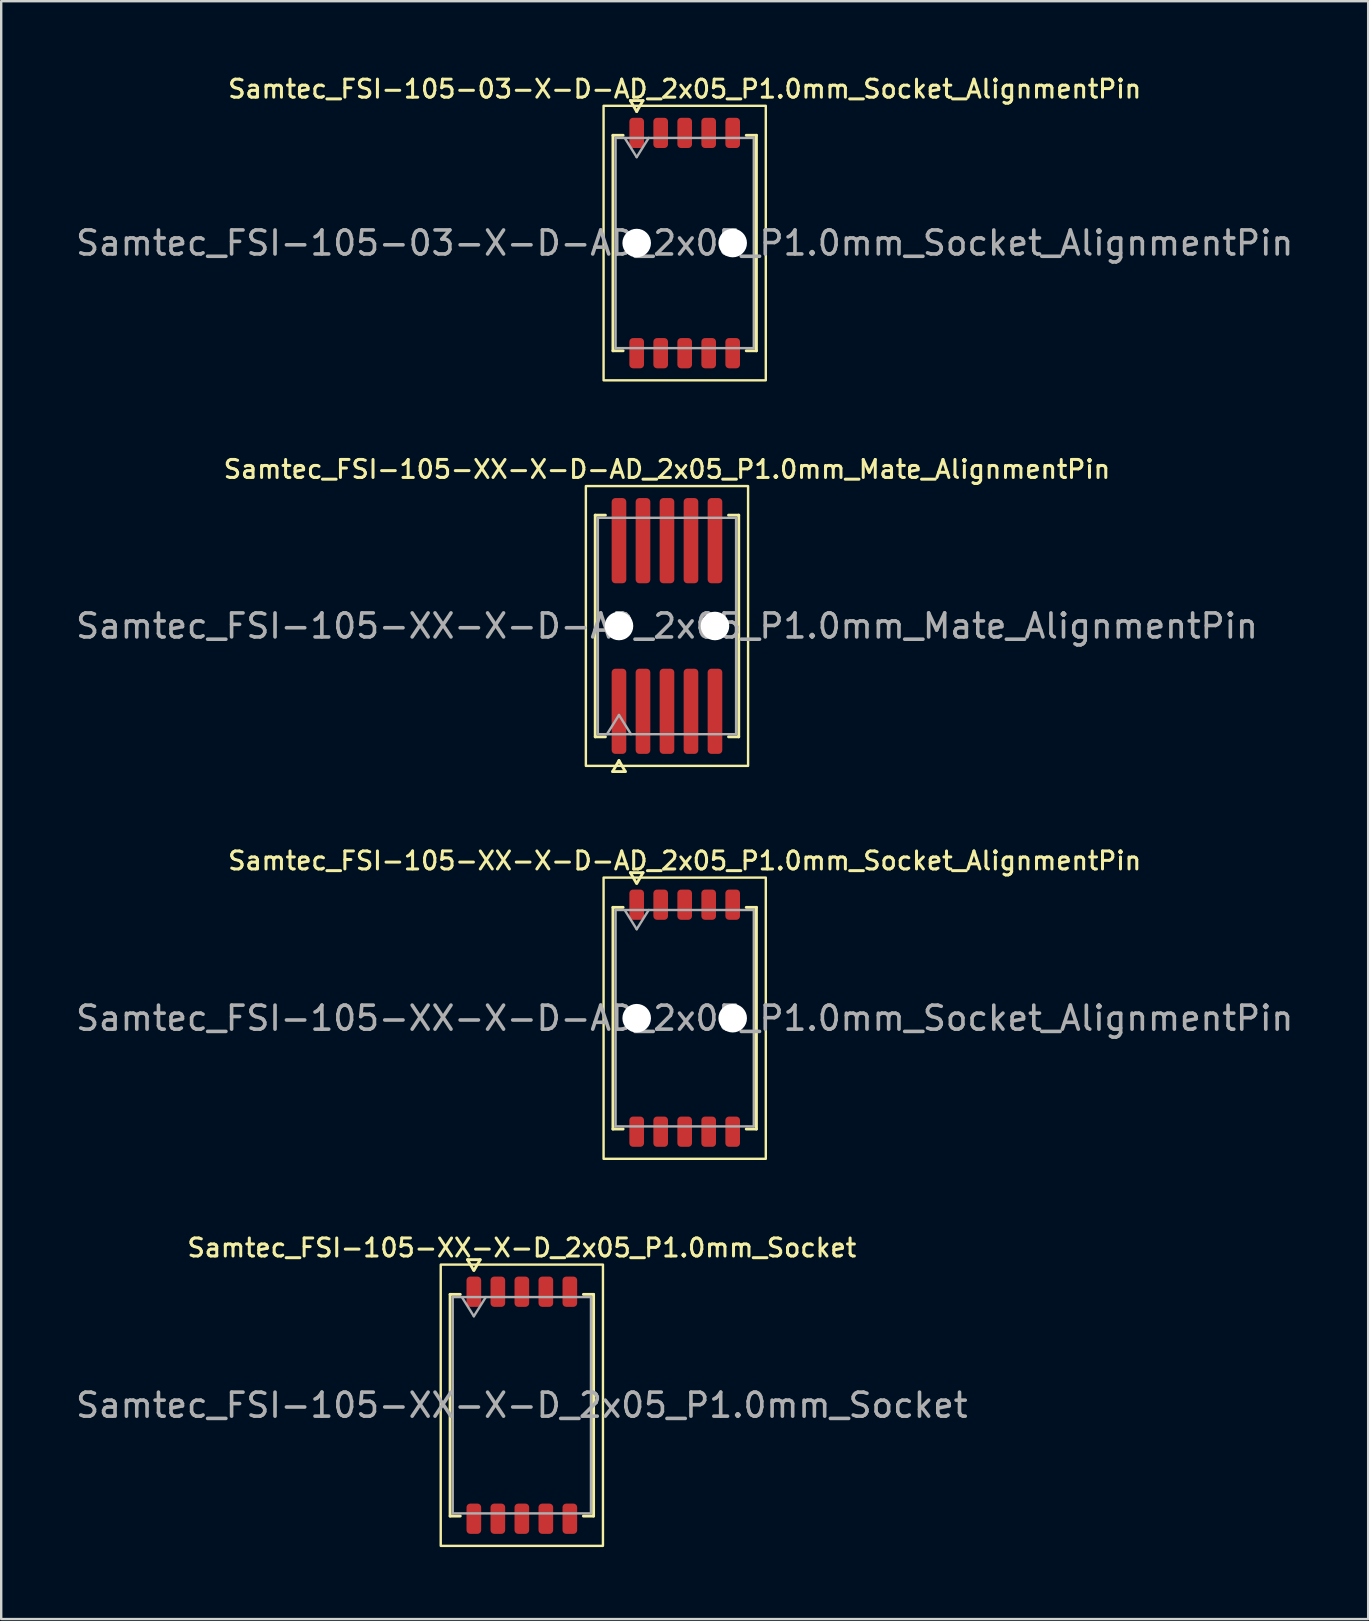
<source format=kicad_pcb>
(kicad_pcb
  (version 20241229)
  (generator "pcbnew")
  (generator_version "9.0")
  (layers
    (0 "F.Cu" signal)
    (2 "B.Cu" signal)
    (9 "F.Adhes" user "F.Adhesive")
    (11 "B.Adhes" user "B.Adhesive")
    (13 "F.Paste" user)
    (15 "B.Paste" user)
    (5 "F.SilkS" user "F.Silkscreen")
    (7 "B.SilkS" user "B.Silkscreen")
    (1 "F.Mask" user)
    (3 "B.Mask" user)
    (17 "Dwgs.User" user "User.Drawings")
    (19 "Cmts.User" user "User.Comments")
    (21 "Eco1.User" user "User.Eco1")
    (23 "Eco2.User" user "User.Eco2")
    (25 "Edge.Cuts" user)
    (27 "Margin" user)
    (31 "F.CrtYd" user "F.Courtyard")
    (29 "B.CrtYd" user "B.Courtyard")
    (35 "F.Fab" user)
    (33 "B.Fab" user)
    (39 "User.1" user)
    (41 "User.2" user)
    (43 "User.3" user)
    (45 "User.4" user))
  (footprint "Samtec_FSI-105-03-X-D-AD_2x05_P1.0mm_Socket_AlignmentPin"
    (layer "F.Cu")
    (at 25.482 7.078)
    (property "Reference" "Samtec_FSI-105-03-X-D-AD_2x05_P1.0mm_Socket_AlignmentPin" (at 0 -6.42 0) (layer "F.SilkS") (effects (font (size 0.75 0.75) (thickness 0.125))))
    (attr smd)
    (fp_line (start -2.99 -4.49) (end -2.565 -4.49) (stroke (width 0.12) (type solid)) (layer "F.SilkS"))
    (fp_line (start -2.99 4.49) (end -2.99 -4.49) (stroke (width 0.12) (type solid)) (layer "F.SilkS"))
    (fp_line (start -2.565 4.49) (end -2.99 4.49) (stroke (width 0.12) (type solid)) (layer "F.SilkS"))
    (fp_line (start -2.264 -5.938) (end -2 -5.48) (stroke (width 0.12) (type solid)) (layer "F.SilkS"))
    (fp_line (start -2 -5.48) (end -1.736 -5.938) (stroke (width 0.12) (type solid)) (layer "F.SilkS"))
    (fp_line (start -1.736 -5.938) (end -2.264 -5.938) (stroke (width 0.12) (type solid)) (layer "F.SilkS"))
    (fp_line (start 2.565 -4.49) (end 2.99 -4.49) (stroke (width 0.12) (type solid)) (layer "F.SilkS"))
    (fp_line (start 2.99 -4.49) (end 2.99 4.49) (stroke (width 0.12) (type solid)) (layer "F.SilkS"))
    (fp_line (start 2.99 4.49) (end 2.565 4.49) (stroke (width 0.12) (type solid)) (layer "F.SilkS"))
    (fp_rect (start -3.38 -5.72) (end 3.38 5.72) (stroke (width 0.1) (type solid)) (fill no) (layer "F.SilkS"))
    (fp_line (start -2.88 -4.38) (end 2.88 -4.38) (stroke (width 0.1) (type solid)) (layer "F.Fab"))
    (fp_line (start -2.88 4.38) (end -2.88 -4.38) (stroke (width 0.1) (type solid)) (layer "F.Fab"))
    (fp_line (start -2.5 -4.38) (end -2 -3.58) (stroke (width 0.1) (type solid)) (layer "F.Fab"))
    (fp_line (start -2 -3.58) (end -1.5 -4.38) (stroke (width 0.1) (type solid)) (layer "F.Fab"))
    (fp_line (start 2.88 -4.38) (end 2.88 4.38) (stroke (width 0.1) (type solid)) (layer "F.Fab"))
    (fp_line (start 2.88 4.38) (end -2.88 4.38) (stroke (width 0.1) (type solid)) (layer "F.Fab"))
    (fp_text user "${REFERENCE}" (at 0 0 0) (layer "F.Fab") (effects (font (size 1 1) (thickness 0.15))))
    (pad "" np_thru_hole circle (at -2 0) (size 1.19 1.19) (drill 1.19) (layers "*.Cu" "*.Mask"))
    (pad "" np_thru_hole circle (at 2 0) (size 1.19 1.19) (drill 1.19) (layers "*.Cu" "*.Mask"))
    (pad "1" smd roundrect (at -2 -4.59) (size 0.61 1.26) (layers "F.Cu" "F.Mask" "F.Paste") (roundrect_rratio 0.25))
    (pad "2" smd roundrect (at -2 4.59) (size 0.61 1.26) (layers "F.Cu" "F.Mask" "F.Paste") (roundrect_rratio 0.25))
    (pad "3" smd roundrect (at -1 -4.59) (size 0.61 1.26) (layers "F.Cu" "F.Mask" "F.Paste") (roundrect_rratio 0.25))
    (pad "4" smd roundrect (at -1 4.59) (size 0.61 1.26) (layers "F.Cu" "F.Mask" "F.Paste") (roundrect_rratio 0.25))
    (pad "5" smd roundrect (at 0 -4.59) (size 0.61 1.26) (layers "F.Cu" "F.Mask" "F.Paste") (roundrect_rratio 0.25))
    (pad "6" smd roundrect (at 0 4.59) (size 0.61 1.26) (layers "F.Cu" "F.Mask" "F.Paste") (roundrect_rratio 0.25))
    (pad "7" smd roundrect (at 1 -4.59) (size 0.61 1.26) (layers "F.Cu" "F.Mask" "F.Paste") (roundrect_rratio 0.25))
    (pad "8" smd roundrect (at 1 4.59) (size 0.61 1.26) (layers "F.Cu" "F.Mask" "F.Paste") (roundrect_rratio 0.25))
    (pad "9" smd roundrect (at 2 -4.59) (size 0.61 1.26) (layers "F.Cu" "F.Mask" "F.Paste") (roundrect_rratio 0.25))
    (pad "10" smd roundrect (at 2 4.59) (size 0.61 1.26) (layers "F.Cu" "F.Mask" "F.Paste") (roundrect_rratio 0.25)))
  (footprint "Samtec_FSI-105-XX-X-D-AD_2x05_P1.0mm_Socket_AlignmentPin"
    (layer "F.Cu")
    (at 25.482 39.38)
    (property "Reference" "Samtec_FSI-105-XX-X-D-AD_2x05_P1.0mm_Socket_AlignmentPin" (at 0 -6.56 0) (layer "F.SilkS") (effects (font (size 0.75 0.75) (thickness 0.125))))
    (attr smd)
    (fp_line (start -2.99 -4.619) (end -2.565 -4.619) (stroke (width 0.12) (type solid)) (layer "F.SilkS"))
    (fp_line (start -2.99 4.619) (end -2.99 -4.619) (stroke (width 0.12) (type solid)) (layer "F.SilkS"))
    (fp_line (start -2.565 4.619) (end -2.99 4.619) (stroke (width 0.12) (type solid)) (layer "F.SilkS"))
    (fp_line (start -2.264 -6.066) (end -2.007 -5.62) (stroke (width 0.12) (type solid)) (layer "F.SilkS"))
    (fp_line (start -1.993 -5.62) (end -1.736 -6.066) (stroke (width 0.12) (type solid)) (layer "F.SilkS"))
    (fp_line (start -1.736 -6.066) (end -2.264 -6.066) (stroke (width 0.12) (type solid)) (layer "F.SilkS"))
    (fp_line (start 2.565 -4.619) (end 2.99 -4.619) (stroke (width 0.12) (type solid)) (layer "F.SilkS"))
    (fp_line (start 2.99 -4.619) (end 2.99 4.619) (stroke (width 0.12) (type solid)) (layer "F.SilkS"))
    (fp_line (start 2.99 4.619) (end 2.565 4.619) (stroke (width 0.12) (type solid)) (layer "F.SilkS"))
    (fp_rect (start -3.38 -5.86) (end 3.38 5.86) (stroke (width 0.1) (type solid)) (fill no) (layer "F.SilkS"))
    (fp_line (start -2.88 -4.508) (end 2.88 -4.508) (stroke (width 0.1) (type solid)) (layer "F.Fab"))
    (fp_line (start -2.88 4.508) (end -2.88 -4.508) (stroke (width 0.1) (type solid)) (layer "F.Fab"))
    (fp_line (start -2.5 -4.508) (end -2 -3.708) (stroke (width 0.1) (type solid)) (layer "F.Fab"))
    (fp_line (start -2 -3.708) (end -1.5 -4.508) (stroke (width 0.1) (type solid)) (layer "F.Fab"))
    (fp_line (start 2.88 -4.508) (end 2.88 4.508) (stroke (width 0.1) (type solid)) (layer "F.Fab"))
    (fp_line (start 2.88 4.508) (end -2.88 4.508) (stroke (width 0.1) (type solid)) (layer "F.Fab"))
    (fp_text user "${REFERENCE}" (at 0 0 0) (layer "F.Fab") (effects (font (size 1 1) (thickness 0.15))))
    (pad "" np_thru_hole circle (at -2 0) (size 1.19 1.19) (drill 1.19) (layers "*.Cu" "*.Mask"))
    (pad "" np_thru_hole circle (at 2 0) (size 1.19 1.19) (drill 1.19) (layers "*.Cu" "*.Mask"))
    (pad "1" smd roundrect (at -2 -4.73) (size 0.61 1.26) (layers "F.Cu" "F.Mask" "F.Paste") (roundrect_rratio 0.25))
    (pad "2" smd roundrect (at -2 4.73) (size 0.61 1.26) (layers "F.Cu" "F.Mask" "F.Paste") (roundrect_rratio 0.25))
    (pad "3" smd roundrect (at -1 -4.73) (size 0.61 1.26) (layers "F.Cu" "F.Mask" "F.Paste") (roundrect_rratio 0.25))
    (pad "4" smd roundrect (at -1 4.73) (size 0.61 1.26) (layers "F.Cu" "F.Mask" "F.Paste") (roundrect_rratio 0.25))
    (pad "5" smd roundrect (at 0 -4.73) (size 0.61 1.26) (layers "F.Cu" "F.Mask" "F.Paste") (roundrect_rratio 0.25))
    (pad "6" smd roundrect (at 0 4.73) (size 0.61 1.26) (layers "F.Cu" "F.Mask" "F.Paste") (roundrect_rratio 0.25))
    (pad "7" smd roundrect (at 1 -4.73) (size 0.61 1.26) (layers "F.Cu" "F.Mask" "F.Paste") (roundrect_rratio 0.25))
    (pad "8" smd roundrect (at 1 4.73) (size 0.61 1.26) (layers "F.Cu" "F.Mask" "F.Paste") (roundrect_rratio 0.25))
    (pad "9" smd roundrect (at 2 -4.73) (size 0.61 1.26) (layers "F.Cu" "F.Mask" "F.Paste") (roundrect_rratio 0.25))
    (pad "10" smd roundrect (at 2 4.73) (size 0.61 1.26) (layers "F.Cu" "F.Mask" "F.Paste") (roundrect_rratio 0.25)))
  (footprint "Samtec_FSI-105-XX-X-D_2x05_P1.0mm_Socket"
    (layer "F.Cu")
    (at 18.696 55.508)
    (property "Reference" "Samtec_FSI-105-XX-X-D_2x05_P1.0mm_Socket" (at 0 -6.56 0) (layer "F.SilkS") (effects (font (size 0.75 0.75) (thickness 0.125))))
    (attr smd)
    (fp_line (start -2.99 -4.619) (end -2.565 -4.619) (stroke (width 0.12) (type solid)) (layer "F.SilkS"))
    (fp_line (start -2.99 4.619) (end -2.99 -4.619) (stroke (width 0.12) (type solid)) (layer "F.SilkS"))
    (fp_line (start -2.565 4.619) (end -2.99 4.619) (stroke (width 0.12) (type solid)) (layer "F.SilkS"))
    (fp_line (start -2.264 -6.066) (end -2.007 -5.62) (stroke (width 0.12) (type solid)) (layer "F.SilkS"))
    (fp_line (start -1.993 -5.62) (end -1.736 -6.066) (stroke (width 0.12) (type solid)) (layer "F.SilkS"))
    (fp_line (start -1.736 -6.066) (end -2.264 -6.066) (stroke (width 0.12) (type solid)) (layer "F.SilkS"))
    (fp_line (start 2.565 -4.619) (end 2.99 -4.619) (stroke (width 0.12) (type solid)) (layer "F.SilkS"))
    (fp_line (start 2.99 -4.619) (end 2.99 4.619) (stroke (width 0.12) (type solid)) (layer "F.SilkS"))
    (fp_line (start 2.99 4.619) (end 2.565 4.619) (stroke (width 0.12) (type solid)) (layer "F.SilkS"))
    (fp_rect (start -3.38 -5.86) (end 3.38 5.86) (stroke (width 0.1) (type solid)) (fill no) (layer "F.SilkS"))
    (fp_line (start -2.88 -4.508) (end 2.88 -4.508) (stroke (width 0.1) (type solid)) (layer "F.Fab"))
    (fp_line (start -2.88 4.508) (end -2.88 -4.508) (stroke (width 0.1) (type solid)) (layer "F.Fab"))
    (fp_line (start -2.5 -4.508) (end -2 -3.708) (stroke (width 0.1) (type solid)) (layer "F.Fab"))
    (fp_line (start -2 -3.708) (end -1.5 -4.508) (stroke (width 0.1) (type solid)) (layer "F.Fab"))
    (fp_line (start 2.88 -4.508) (end 2.88 4.508) (stroke (width 0.1) (type solid)) (layer "F.Fab"))
    (fp_line (start 2.88 4.508) (end -2.88 4.508) (stroke (width 0.1) (type solid)) (layer "F.Fab"))
    (fp_text user "${REFERENCE}" (at 0 0 0) (layer "F.Fab") (effects (font (size 1 1) (thickness 0.15))))
    (pad "1" smd roundrect (at -2 -4.73) (size 0.61 1.26) (layers "F.Cu" "F.Mask" "F.Paste") (roundrect_rratio 0.25))
    (pad "2" smd roundrect (at -2 4.73) (size 0.61 1.26) (layers "F.Cu" "F.Mask" "F.Paste") (roundrect_rratio 0.25))
    (pad "3" smd roundrect (at -1 -4.73) (size 0.61 1.26) (layers "F.Cu" "F.Mask" "F.Paste") (roundrect_rratio 0.25))
    (pad "4" smd roundrect (at -1 4.73) (size 0.61 1.26) (layers "F.Cu" "F.Mask" "F.Paste") (roundrect_rratio 0.25))
    (pad "5" smd roundrect (at 0 -4.73) (size 0.61 1.26) (layers "F.Cu" "F.Mask" "F.Paste") (roundrect_rratio 0.25))
    (pad "6" smd roundrect (at 0 4.73) (size 0.61 1.26) (layers "F.Cu" "F.Mask" "F.Paste") (roundrect_rratio 0.25))
    (pad "7" smd roundrect (at 1 -4.73) (size 0.61 1.26) (layers "F.Cu" "F.Mask" "F.Paste") (roundrect_rratio 0.25))
    (pad "8" smd roundrect (at 1 4.73) (size 0.61 1.26) (layers "F.Cu" "F.Mask" "F.Paste") (roundrect_rratio 0.25))
    (pad "9" smd roundrect (at 2 -4.73) (size 0.61 1.26) (layers "F.Cu" "F.Mask" "F.Paste") (roundrect_rratio 0.25))
    (pad "10" smd roundrect (at 2 4.73) (size 0.61 1.26) (layers "F.Cu" "F.Mask" "F.Paste") (roundrect_rratio 0.25)))
  (footprint "Samtec_FSI-105-XX-X-D-AD_2x05_P1.0mm_Mate_AlignmentPin"
    (layer "F.Cu")
    (at 24.744 23.036)
    (property "Reference" "Samtec_FSI-105-XX-X-D-AD_2x05_P1.0mm_Mate_AlignmentPin" (at 0 -6.53 0) (layer "F.SilkS") (effects (font (size 0.75 0.75) (thickness 0.125))))
    (attr exclude_from_pos_files exclude_from_bom)
    (fp_line (start -2.99 -4.619) (end -2.565 -4.619) (stroke (width 0.12) (type solid)) (layer "F.SilkS"))
    (fp_line (start -2.99 4.619) (end -2.99 -4.619) (stroke (width 0.12) (type solid)) (layer "F.SilkS"))
    (fp_line (start -2.565 4.619) (end -2.99 4.619) (stroke (width 0.12) (type solid)) (layer "F.SilkS"))
    (fp_line (start -2.264 6.066) (end -2 5.609) (stroke (width 0.12) (type solid)) (layer "F.SilkS"))
    (fp_line (start -2 5.609) (end -1.736 6.066) (stroke (width 0.12) (type solid)) (layer "F.SilkS"))
    (fp_line (start -1.736 6.066) (end -2.264 6.066) (stroke (width 0.12) (type solid)) (layer "F.SilkS"))
    (fp_line (start 2.565 -4.619) (end 2.99 -4.619) (stroke (width 0.12) (type solid)) (layer "F.SilkS"))
    (fp_line (start 2.99 -4.619) (end 2.99 4.619) (stroke (width 0.12) (type solid)) (layer "F.SilkS"))
    (fp_line (start 2.99 4.619) (end 2.565 4.619) (stroke (width 0.12) (type solid)) (layer "F.SilkS"))
    (fp_rect (start -3.38 -5.83) (end 3.38 5.83) (stroke (width 0.1) (type solid)) (fill no) (layer "F.SilkS"))
    (fp_line (start -2.88 -4.508) (end 2.88 -4.508) (stroke (width 0.1) (type solid)) (layer "F.Fab"))
    (fp_line (start -2.88 4.508) (end -2.88 -4.508) (stroke (width 0.1) (type solid)) (layer "F.Fab"))
    (fp_line (start -2.5 4.508) (end -2 3.708) (stroke (width 0.1) (type solid)) (layer "F.Fab"))
    (fp_line (start -2 3.708) (end -1.5 4.508) (stroke (width 0.1) (type solid)) (layer "F.Fab"))
    (fp_line (start 2.88 -4.508) (end 2.88 4.508) (stroke (width 0.1) (type solid)) (layer "F.Fab"))
    (fp_line (start 2.88 4.508) (end -2.88 4.508) (stroke (width 0.1) (type solid)) (layer "F.Fab"))
    (fp_text user "${REFERENCE}" (at 0 0 0) (layer "F.Fab") (effects (font (size 1 1) (thickness 0.15))))
    (pad "" np_thru_hole circle (at -2 0) (size 1.19 1.19) (drill 1.19) (layers "*.Cu" "*.Mask"))
    (pad "" np_thru_hole circle (at 2 0) (size 1.19 1.19) (drill 1.19) (layers "*.Cu" "*.Mask"))
    (pad "1" smd roundrect (at -2 3.555) (size 0.61 3.55) (layers "F.Cu" "F.Mask") (roundrect_rratio 0.25))
    (pad "2" smd roundrect (at -2 -3.555) (size 0.61 3.55) (layers "F.Cu" "F.Mask") (roundrect_rratio 0.25))
    (pad "3" smd roundrect (at -1 3.555) (size 0.61 3.55) (layers "F.Cu" "F.Mask") (roundrect_rratio 0.25))
    (pad "4" smd roundrect (at -1 -3.555) (size 0.61 3.55) (layers "F.Cu" "F.Mask") (roundrect_rratio 0.25))
    (pad "5" smd roundrect (at 0 3.555) (size 0.61 3.55) (layers "F.Cu" "F.Mask") (roundrect_rratio 0.25))
    (pad "6" smd roundrect (at 0 -3.555) (size 0.61 3.55) (layers "F.Cu" "F.Mask") (roundrect_rratio 0.25))
    (pad "7" smd roundrect (at 1 3.555) (size 0.61 3.55) (layers "F.Cu" "F.Mask") (roundrect_rratio 0.25))
    (pad "8" smd roundrect (at 1 -3.555) (size 0.61 3.55) (layers "F.Cu" "F.Mask") (roundrect_rratio 0.25))
    (pad "9" smd roundrect (at 2 3.555) (size 0.61 3.55) (layers "F.Cu" "F.Mask") (roundrect_rratio 0.25))
    (pad "10" smd roundrect (at 2 -3.555) (size 0.61 3.55) (layers "F.Cu" "F.Mask") (roundrect_rratio 0.25)))
  (gr_rect
    (start -3 -3)
    (end 53.964 64.418)
    (stroke (width 0.1) (type default))
    (fill no)
    (layer "Edge.Cuts")))
</source>
